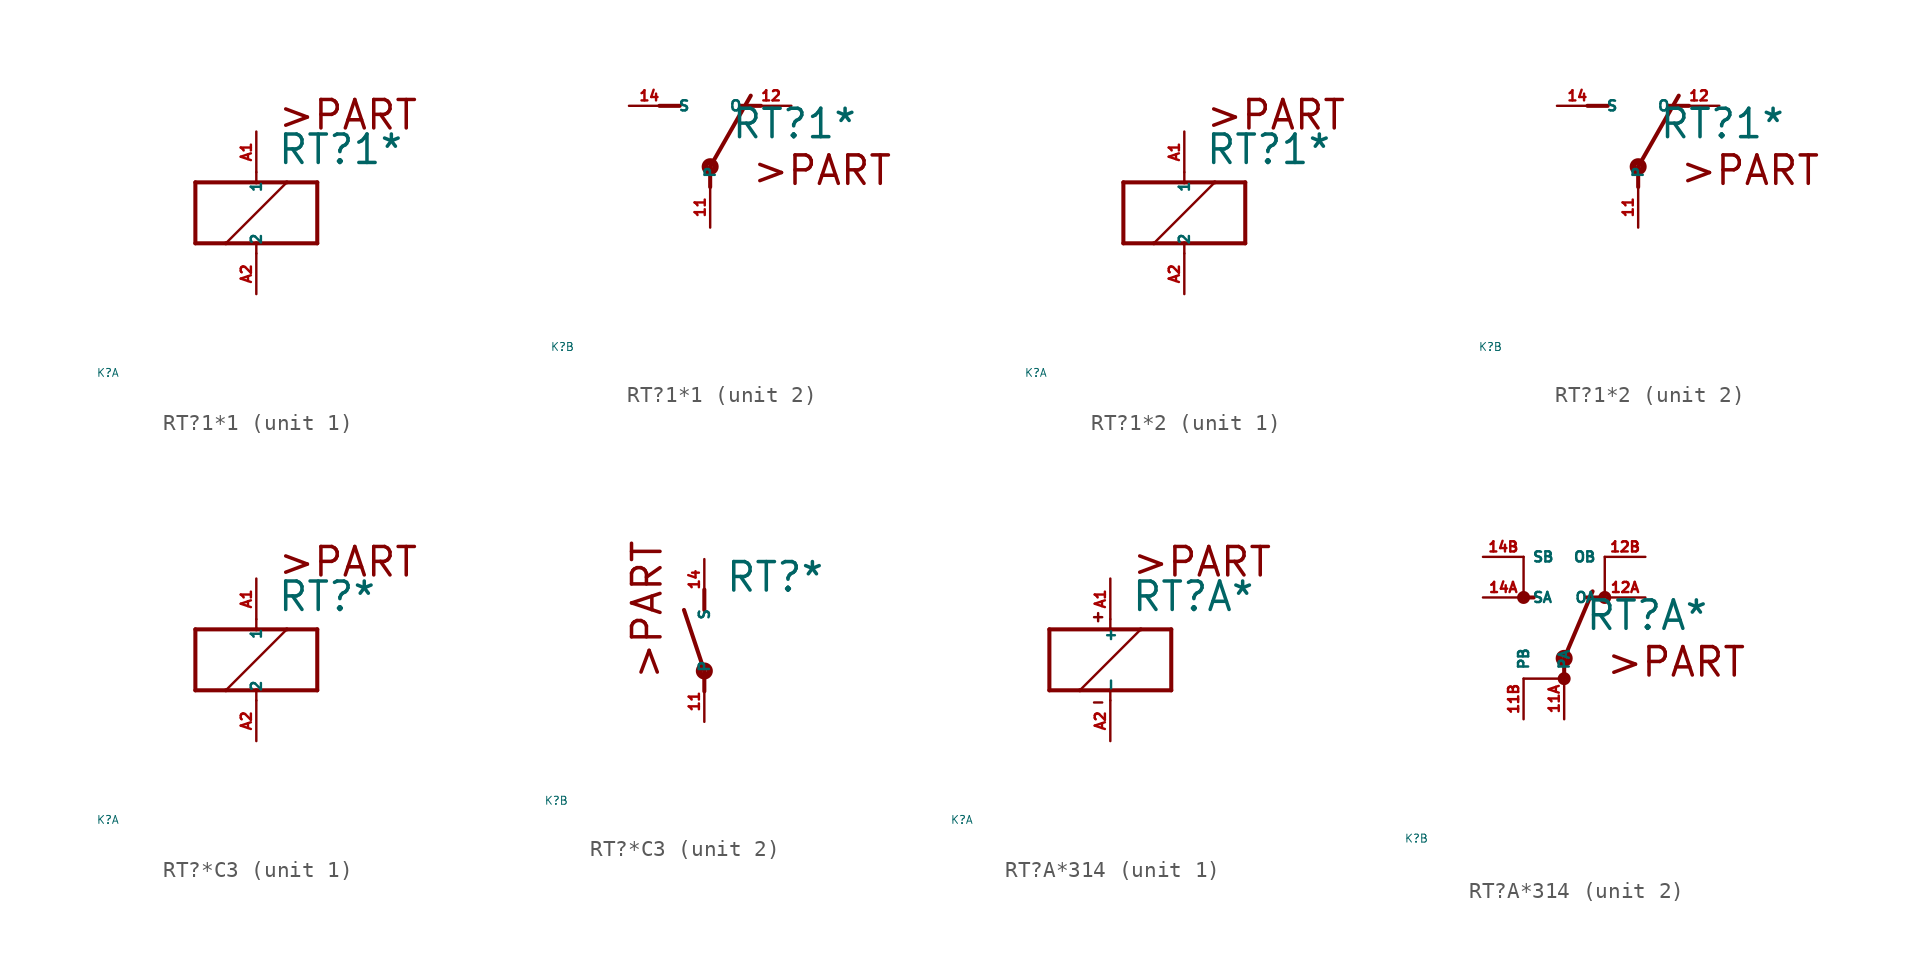
<source format=kicad_sym>
(kicad_symbol_lib
  (version 20220914)
  (generator Eagle2Kicad)
  (symbol "RT?1*1"
    (property "Reference" "K"
      (at -10 -10 0)
      (effects (font (size 0.5 0.5) (thickness 0.06)) (justify left)))
    (property "Value" "RT?1*"
      (at 1.27 2.921 0)
      (effects (font (size 1.778 1.778) (thickness 0.22)) (justify left bottom)))
    (symbol "RT?1*1_1_0"
      (polyline (pts (xy -3.81 -1.905) (xy -1.905 -1.905)) (stroke (width 0.254) (type default)) (fill (type none)))
      (polyline (pts (xy 3.81 -1.905) (xy 3.81 1.905)) (stroke (width 0.254) (type default)) (fill (type none)))
      (polyline (pts (xy 3.81 1.905) (xy 1.905 1.905)) (stroke (width 0.254) (type default)) (fill (type none)))
      (polyline (pts (xy -3.81 1.905) (xy -3.81 -1.905)) (stroke (width 0.254) (type default)) (fill (type none)))
      (polyline (pts (xy 0 -2.54) (xy 0 -1.905)) (stroke (width 0.152) (type default)) (fill (type none)))
      (polyline (pts (xy 0 -1.905) (xy 3.81 -1.905)) (stroke (width 0.254) (type default)) (fill (type none)))
      (polyline (pts (xy 0 2.54) (xy 0 1.905)) (stroke (width 0.152) (type default)) (fill (type none)))
      (polyline (pts (xy 0 1.905) (xy -3.81 1.905)) (stroke (width 0.254) (type default)) (fill (type none)))
      (polyline (pts (xy -1.905 -1.905) (xy 1.905 1.905)) (stroke (width 0.152) (type default)) (fill (type none)))
      (polyline (pts (xy -1.905 -1.905) (xy 0 -1.905)) (stroke (width 0.254) (type default)) (fill (type none)))
      (polyline (pts (xy 1.905 1.905) (xy 0 1.905)) (stroke (width 0.254) (type default)) (fill (type none)))
      (text ">PART" (at 1.27 5.08 0) (effects (font (size 1.778 1.778) (thickness 0.22)) (justify left bottom)))
      (pin passive line (at 0 -5.08 90) (length 2.54) (name "2" (effects (font (size 0.635 0.635) (thickness 0.08)) (justify left bottom))) (number "A2" (effects (font (size 0.635 0.635) (thickness 0.08)) (justify left bottom))))
      (pin passive line (at 0 5.08 270) (length 2.54) (name "1" (effects (font (size 0.635 0.635) (thickness 0.08)) (justify left bottom))) (number "A1" (effects (font (size 0.635 0.635) (thickness 0.08)) (justify left bottom)))))
    (symbol "RT?1*1_2_0"
      (polyline (pts (xy 3.175 5.08) (xy 1.905 5.08)) (stroke (width 0.254) (type default)) (fill (type none)))
      (polyline (pts (xy -3.175 5.08) (xy -1.905 5.08)) (stroke (width 0.254) (type default)) (fill (type none)))
      (polyline (pts (xy 0 1.27) (xy 2.54 5.715)) (stroke (width 0.254) (type default)) (fill (type none)))
      (polyline (pts (xy 0 1.27) (xy 0 0)) (stroke (width 0.254) (type default)) (fill (type none)))
      (text ">PART" (at 2.54 0 0) (effects (font (size 1.778 1.778) (thickness 0.22)) (justify left bottom)))
      (circle (center 0 1.27) (radius 0.127) (stroke (width 0.406) (type default)) (fill (type none)))
      (pin passive line (at 5.08 5.08 180) (length 2.54) (name "O" (effects (font (size 0.635 0.635) (thickness 0.08)) (justify left bottom))) (number "12" (effects (font (size 0.635 0.635) (thickness 0.08)) (justify left bottom))))
      (pin passive line (at -5.08 5.08 0) (length 2.54) (name "S" (effects (font (size 0.635 0.635) (thickness 0.08)) (justify left bottom))) (number "14" (effects (font (size 0.635 0.635) (thickness 0.08)) (justify left bottom))))
      (pin passive line (at 0 -2.54 90) (length 2.54) (name "P" (effects (font (size 0.635 0.635) (thickness 0.08)) (justify left bottom))) (number "11" (effects (font (size 0.635 0.635) (thickness 0.08)) (justify left bottom))))))
  (symbol "RT?1*2"
    (property "Reference" "K"
      (at -10 -10 0)
      (effects (font (size 0.5 0.5) (thickness 0.06)) (justify left)))
    (property "Value" "RT?1*"
      (at 1.27 2.921 0)
      (effects (font (size 1.778 1.778) (thickness 0.22)) (justify left bottom)))
    (symbol "RT?1*2_1_0"
      (polyline (pts (xy -3.81 -1.905) (xy -1.905 -1.905)) (stroke (width 0.254) (type default)) (fill (type none)))
      (polyline (pts (xy 3.81 -1.905) (xy 3.81 1.905)) (stroke (width 0.254) (type default)) (fill (type none)))
      (polyline (pts (xy 3.81 1.905) (xy 1.905 1.905)) (stroke (width 0.254) (type default)) (fill (type none)))
      (polyline (pts (xy -3.81 1.905) (xy -3.81 -1.905)) (stroke (width 0.254) (type default)) (fill (type none)))
      (polyline (pts (xy 0 -2.54) (xy 0 -1.905)) (stroke (width 0.152) (type default)) (fill (type none)))
      (polyline (pts (xy 0 -1.905) (xy 3.81 -1.905)) (stroke (width 0.254) (type default)) (fill (type none)))
      (polyline (pts (xy 0 2.54) (xy 0 1.905)) (stroke (width 0.152) (type default)) (fill (type none)))
      (polyline (pts (xy 0 1.905) (xy -3.81 1.905)) (stroke (width 0.254) (type default)) (fill (type none)))
      (polyline (pts (xy -1.905 -1.905) (xy 1.905 1.905)) (stroke (width 0.152) (type default)) (fill (type none)))
      (polyline (pts (xy -1.905 -1.905) (xy 0 -1.905)) (stroke (width 0.254) (type default)) (fill (type none)))
      (polyline (pts (xy 1.905 1.905) (xy 0 1.905)) (stroke (width 0.254) (type default)) (fill (type none)))
      (text ">PART" (at 1.27 5.08 0) (effects (font (size 1.778 1.778) (thickness 0.22)) (justify left bottom)))
      (pin passive line (at 0 -5.08 90) (length 2.54) (name "2" (effects (font (size 0.635 0.635) (thickness 0.08)) (justify left bottom))) (number "A2" (effects (font (size 0.635 0.635) (thickness 0.08)) (justify left bottom))))
      (pin passive line (at 0 5.08 270) (length 2.54) (name "1" (effects (font (size 0.635 0.635) (thickness 0.08)) (justify left bottom))) (number "A1" (effects (font (size 0.635 0.635) (thickness 0.08)) (justify left bottom)))))
    (symbol "RT?1*2_2_0"
      (polyline (pts (xy 3.175 5.08) (xy 1.905 5.08)) (stroke (width 0.254) (type default)) (fill (type none)))
      (polyline (pts (xy -3.175 5.08) (xy -1.905 5.08)) (stroke (width 0.254) (type default)) (fill (type none)))
      (polyline (pts (xy 0 1.27) (xy 2.54 5.715)) (stroke (width 0.254) (type default)) (fill (type none)))
      (polyline (pts (xy 0 1.27) (xy 0 0)) (stroke (width 0.254) (type default)) (fill (type none)))
      (text ">PART" (at 2.54 0 0) (effects (font (size 1.778 1.778) (thickness 0.22)) (justify left bottom)))
      (circle (center 0 1.27) (radius 0.127) (stroke (width 0.406) (type default)) (fill (type none)))
      (pin passive line (at 5.08 5.08 180) (length 2.54) (name "O" (effects (font (size 0.635 0.635) (thickness 0.08)) (justify left bottom))) (number "12" (effects (font (size 0.635 0.635) (thickness 0.08)) (justify left bottom))))
      (pin passive line (at -5.08 5.08 0) (length 2.54) (name "S" (effects (font (size 0.635 0.635) (thickness 0.08)) (justify left bottom))) (number "14" (effects (font (size 0.635 0.635) (thickness 0.08)) (justify left bottom))))
      (pin passive line (at 0 -2.54 90) (length 2.54) (name "P" (effects (font (size 0.635 0.635) (thickness 0.08)) (justify left bottom))) (number "11" (effects (font (size 0.635 0.635) (thickness 0.08)) (justify left bottom))))))
  (symbol "RT?*C3"
    (property "Reference" "K"
      (at -10 -10 0)
      (effects (font (size 0.5 0.5) (thickness 0.06)) (justify left)))
    (property "Value" "RT?*"
      (at 1.27 2.921 0)
      (effects (font (size 1.778 1.778) (thickness 0.22)) (justify left bottom)))
    (symbol "RT?*C3_1_0"
      (polyline (pts (xy -3.81 -1.905) (xy -1.905 -1.905)) (stroke (width 0.254) (type default)) (fill (type none)))
      (polyline (pts (xy 3.81 -1.905) (xy 3.81 1.905)) (stroke (width 0.254) (type default)) (fill (type none)))
      (polyline (pts (xy 3.81 1.905) (xy 1.905 1.905)) (stroke (width 0.254) (type default)) (fill (type none)))
      (polyline (pts (xy -3.81 1.905) (xy -3.81 -1.905)) (stroke (width 0.254) (type default)) (fill (type none)))
      (polyline (pts (xy 0 -2.54) (xy 0 -1.905)) (stroke (width 0.152) (type default)) (fill (type none)))
      (polyline (pts (xy 0 -1.905) (xy 3.81 -1.905)) (stroke (width 0.254) (type default)) (fill (type none)))
      (polyline (pts (xy 0 2.54) (xy 0 1.905)) (stroke (width 0.152) (type default)) (fill (type none)))
      (polyline (pts (xy 0 1.905) (xy -3.81 1.905)) (stroke (width 0.254) (type default)) (fill (type none)))
      (polyline (pts (xy -1.905 -1.905) (xy 1.905 1.905)) (stroke (width 0.152) (type default)) (fill (type none)))
      (polyline (pts (xy -1.905 -1.905) (xy 0 -1.905)) (stroke (width 0.254) (type default)) (fill (type none)))
      (polyline (pts (xy 1.905 1.905) (xy 0 1.905)) (stroke (width 0.254) (type default)) (fill (type none)))
      (text ">PART" (at 1.27 5.08 0) (effects (font (size 1.778 1.778) (thickness 0.22)) (justify left bottom)))
      (pin passive line (at 0 -5.08 90) (length 2.54) (name "2" (effects (font (size 0.635 0.635) (thickness 0.08)) (justify left bottom))) (number "A2" (effects (font (size 0.635 0.635) (thickness 0.08)) (justify left bottom))))
      (pin passive line (at 0 5.08 270) (length 2.54) (name "1" (effects (font (size 0.635 0.635) (thickness 0.08)) (justify left bottom))) (number "A1" (effects (font (size 0.635 0.635) (thickness 0.08)) (justify left bottom)))))
    (symbol "RT?*C3_2_0"
      (polyline (pts (xy 0 3.175) (xy 0 1.905)) (stroke (width 0.254) (type default)) (fill (type none)))
      (polyline (pts (xy 0 -3.175) (xy 0 -1.905)) (stroke (width 0.254) (type default)) (fill (type none)))
      (polyline (pts (xy 0 -1.905) (xy -1.27 1.905)) (stroke (width 0.254) (type default)) (fill (type none)))
      (text ">PART" (at -2.54 -2.54 900) (effects (font (size 1.778 1.778) (thickness 0.22)) (justify left bottom)))
      (circle (center 0 -1.905) (radius 0.127) (stroke (width 0.406) (type default)) (fill (type none)))
      (pin passive line (at 0 -5.08 90) (length 2.54) (name "P" (effects (font (size 0.635 0.635) (thickness 0.08)) (justify left bottom))) (number "11" (effects (font (size 0.635 0.635) (thickness 0.08)) (justify left bottom))))
      (pin passive line (at 0 5.08 270) (length 2.54) (name "S" (effects (font (size 0.635 0.635) (thickness 0.08)) (justify left bottom))) (number "14" (effects (font (size 0.635 0.635) (thickness 0.08)) (justify left bottom))))))
  (symbol "RT?A*314"
    (property "Reference" "K"
      (at -10 -10 0)
      (effects (font (size 0.5 0.5) (thickness 0.06)) (justify left)))
    (property "Value" "RT?A*"
      (at 1.27 2.921 0)
      (effects (font (size 1.778 1.778) (thickness 0.22)) (justify left bottom)))
    (symbol "RT?A*314_1_0"
      (polyline (pts (xy -3.81 -1.905) (xy -1.905 -1.905)) (stroke (width 0.254) (type default)) (fill (type none)))
      (polyline (pts (xy 3.81 -1.905) (xy 3.81 1.905)) (stroke (width 0.254) (type default)) (fill (type none)))
      (polyline (pts (xy 3.81 1.905) (xy 1.905 1.905)) (stroke (width 0.254) (type default)) (fill (type none)))
      (polyline (pts (xy -3.81 1.905) (xy -3.81 -1.905)) (stroke (width 0.254) (type default)) (fill (type none)))
      (polyline (pts (xy 0 -2.54) (xy 0 -1.905)) (stroke (width 0.152) (type default)) (fill (type none)))
      (polyline (pts (xy 0 -1.905) (xy 3.81 -1.905)) (stroke (width 0.254) (type default)) (fill (type none)))
      (polyline (pts (xy 0 2.54) (xy 0 1.905)) (stroke (width 0.152) (type default)) (fill (type none)))
      (polyline (pts (xy 0 1.905) (xy -3.81 1.905)) (stroke (width 0.254) (type default)) (fill (type none)))
      (polyline (pts (xy -1.905 -1.905) (xy 1.905 1.905)) (stroke (width 0.152) (type default)) (fill (type none)))
      (polyline (pts (xy -1.905 -1.905) (xy 0 -1.905)) (stroke (width 0.254) (type default)) (fill (type none)))
      (polyline (pts (xy 1.905 1.905) (xy 0 1.905)) (stroke (width 0.254) (type default)) (fill (type none)))
      (polyline (pts (xy -1.016 2.667) (xy -0.508 2.667)) (stroke (width 0.152) (type default)) (fill (type none)))
      (polyline (pts (xy -0.762 2.921) (xy -0.762 2.413)) (stroke (width 0.152) (type default)) (fill (type none)))
      (polyline (pts (xy -1.016 -2.667) (xy -0.508 -2.667)) (stroke (width 0.152) (type default)) (fill (type none)))
      (text ">PART" (at 1.27 5.08 0) (effects (font (size 1.778 1.778) (thickness 0.22)) (justify left bottom)))
      (pin passive line (at 0 -5.08 90) (length 2.54) (name "-" (effects (font (size 0.635 0.635) (thickness 0.08)) (justify left bottom))) (number "A2" (effects (font (size 0.635 0.635) (thickness 0.08)) (justify left bottom))))
      (pin passive line (at 0 5.08 270) (length 2.54) (name "+" (effects (font (size 0.635 0.635) (thickness 0.08)) (justify left bottom))) (number "A1" (effects (font (size 0.635 0.635) (thickness 0.08)) (justify left bottom)))))
    (symbol "RT?A*314_2_0"
      (polyline (pts (xy 2.413 5.08) (xy 1.397 5.08)) (stroke (width 0.254) (type default)) (fill (type none)))
      (polyline (pts (xy -2.667 5.08) (xy -2.54 5.08)) (stroke (width 0.254) (type default)) (fill (type none)))
      (polyline (pts (xy -2.54 5.08) (xy -1.905 5.08)) (stroke (width 0.254) (type default)) (fill (type none)))
      (polyline (pts (xy 0 1.27) (xy 1.778 5.461)) (stroke (width 0.254) (type default)) (fill (type none)))
      (polyline (pts (xy 0 1.27) (xy 0 0)) (stroke (width 0.254) (type default)) (fill (type none)))
      (polyline (pts (xy -2.54 7.62) (xy -2.54 5.08)) (stroke (width 0.152) (type default)) (fill (type none)))
      (polyline (pts (xy 2.54 7.62) (xy 2.54 5.08)) (stroke (width 0.152) (type default)) (fill (type none)))
      (polyline (pts (xy -2.54 0) (xy 0 0)) (stroke (width 0.152) (type default)) (fill (type none)))
      (text ">PART" (at 2.54 0 0) (effects (font (size 1.778 1.778) (thickness 0.22)) (justify left bottom)))
      (circle (center 0 1.27) (radius 0.127) (stroke (width 0.406) (type default)) (fill (type none)))
      (circle (center -2.54 5.08) (radius 0.254) (stroke (width 0.305) (type default)) (fill (type none)))
      (circle (center 0 0) (radius 0.254) (stroke (width 0.305) (type default)) (fill (type none)))
      (circle (center 2.54 5.08) (radius 0.254) (stroke (width 0.305) (type default)) (fill (type none)))
      (pin passive line (at 5.08 5.08 180) (length 2.54) (name "OA" (effects (font (size 0.635 0.635) (thickness 0.08)) (justify left bottom))) (number "12A" (effects (font (size 0.635 0.635) (thickness 0.08)) (justify left bottom))))
      (pin passive line (at -5.08 5.08 0) (length 2.54) (name "SA" (effects (font (size 0.635 0.635) (thickness 0.08)) (justify left bottom))) (number "14A" (effects (font (size 0.635 0.635) (thickness 0.08)) (justify left bottom))))
      (pin passive line (at 0 -2.54 90) (length 2.54) (name "PA" (effects (font (size 0.635 0.635) (thickness 0.08)) (justify left bottom))) (number "11A" (effects (font (size 0.635 0.635) (thickness 0.08)) (justify left bottom))))
      (pin passive line (at -5.08 7.62 0) (length 2.54) (name "SB" (effects (font (size 0.635 0.635) (thickness 0.08)) (justify left bottom))) (number "14B" (effects (font (size 0.635 0.635) (thickness 0.08)) (justify left bottom))))
      (pin passive line (at 5.08 7.62 180) (length 2.54) (name "OB" (effects (font (size 0.635 0.635) (thickness 0.08)) (justify left bottom))) (number "12B" (effects (font (size 0.635 0.635) (thickness 0.08)) (justify left bottom))))
      (pin passive line (at -2.54 -2.54 90) (length 2.54) (name "PB" (effects (font (size 0.635 0.635) (thickness 0.08)) (justify left bottom))) (number "11B" (effects (font (size 0.635 0.635) (thickness 0.08)) (justify left bottom)))))))
</source>
